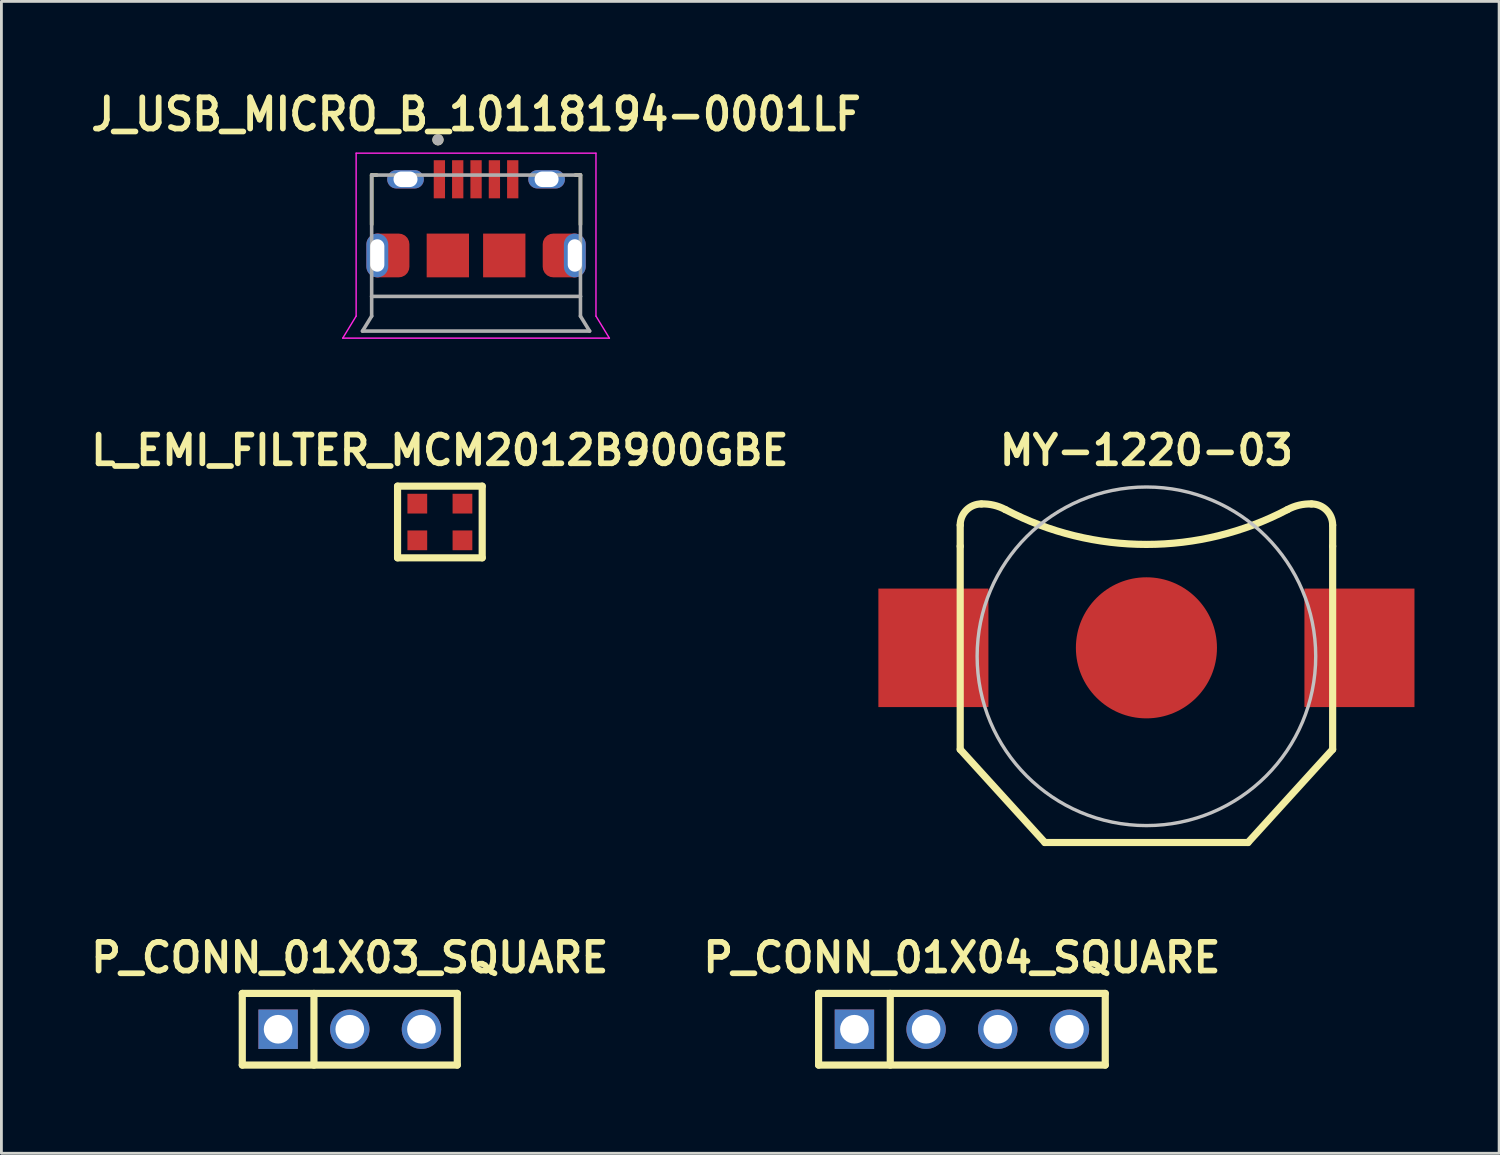
<source format=kicad_pcb>
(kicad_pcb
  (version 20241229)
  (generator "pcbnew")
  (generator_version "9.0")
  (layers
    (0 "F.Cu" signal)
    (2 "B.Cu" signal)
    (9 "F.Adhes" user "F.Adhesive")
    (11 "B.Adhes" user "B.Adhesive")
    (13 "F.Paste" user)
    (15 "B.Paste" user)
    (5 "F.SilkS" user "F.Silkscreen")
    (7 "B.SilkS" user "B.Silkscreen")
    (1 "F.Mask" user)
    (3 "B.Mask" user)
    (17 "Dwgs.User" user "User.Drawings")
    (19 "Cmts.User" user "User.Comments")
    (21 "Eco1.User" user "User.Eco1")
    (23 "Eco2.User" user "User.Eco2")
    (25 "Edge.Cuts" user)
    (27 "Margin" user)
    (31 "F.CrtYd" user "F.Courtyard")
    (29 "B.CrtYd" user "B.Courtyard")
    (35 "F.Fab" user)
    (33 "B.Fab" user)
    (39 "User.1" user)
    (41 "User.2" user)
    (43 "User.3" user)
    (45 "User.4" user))
  (footprint "P_CONN_01X04_SQUARE"
    (layer "F.Cu")
    (at 31.042 33.428)
    (property "Reference" "P_CONN_01X04_SQUARE" (at 0 -2.54 180) (layer "F.SilkS") (effects (font (size 1.016 1.016) (thickness 0.203))))
    (property "Value" "${VALUE}" (at 0 2.54 0) (layer "F.SilkS") (hide yes) (effects (font (size 1.016 0.914) (thickness 0.203) (italic yes))))
    (attr through_hole)
    (fp_line (start -5.08 -1.27) (end 5.08 -1.27) (stroke (width 0.254) (type solid)) (layer "F.SilkS"))
    (fp_line (start -5.08 1.27) (end -5.08 -1.27) (stroke (width 0.254) (type solid)) (layer "F.SilkS"))
    (fp_line (start -2.54 -1.27) (end -2.54 1.27) (stroke (width 0.254) (type solid)) (layer "F.SilkS"))
    (fp_line (start 5.08 -1.27) (end 5.08 1.27) (stroke (width 0.254) (type solid)) (layer "F.SilkS"))
    (fp_line (start 5.08 1.27) (end -5.08 1.27) (stroke (width 0.254) (type solid)) (layer "F.SilkS"))
    (pad "1" thru_hole rect (at -3.81 0) (size 1.397 1.397) (drill 1.016) (layers "*.Cu" "*.Mask"))
    (pad "2" thru_hole circle (at -1.27 0) (size 1.397 1.397) (drill 1.016) (layers "*.Cu" "*.Mask"))
    (pad "3" thru_hole circle (at 1.27 0) (size 1.397 1.397) (drill 1.016) (layers "*.Cu" "*.Mask"))
    (pad "4" thru_hole circle (at 3.81 0) (size 1.397 1.397) (drill 1.016) (layers "*.Cu" "*.Mask")))
  (footprint "J_USB_MICRO_B_10118194-0001LF"
    (layer "F.Cu")
    (at 13.822 6.004)
    (property "Reference" "J_USB_MICRO_B_10118194-0001LF" (at 0 -5 0) (layer "F.SilkS") (effects (font (size 1.106 1.016) (thickness 0.203))))
    (property "Value" "${VALUE}" (at 0 4.085 0) (layer "F.SilkS") (hide yes) (effects (font (size 1.016 1.016) (thickness 0.203))))
    (attr through_hole)
    (fp_line (start -3.7 -2.85) (end -3.7 -1.095) (stroke (width 0.127) (type solid)) (layer "F.SilkS"))
    (fp_line (start -3.7 -2.85) (end -3.52 -2.85) (stroke (width 0.127) (type solid)) (layer "F.SilkS"))
    (fp_line (start 3.7 -2.85) (end 3.52 -2.85) (stroke (width 0.127) (type solid)) (layer "F.SilkS"))
    (fp_line (start 3.7 -2.85) (end 3.7 -1.095) (stroke (width 0.127) (type solid)) (layer "F.SilkS"))
    (fp_circle (center -1.35 -4.1) (end -1.25 -4.1) (stroke (width 0.2) (type solid)) (fill no) (layer "F.SilkS"))
    (fp_line (start -3.5 -0.77) (end -3.5 -0.6) (stroke (width 0.0001) (type solid)) (layer "F.Paste"))
    (fp_line (start 3.5 0.77) (end 3.5 0.6) (stroke (width 0.0001) (type solid)) (layer "F.Paste"))
    (fp_line (start -4.725 2.93) (end -4.25 2.15) (stroke (width 0.05) (type solid)) (layer "F.CrtYd"))
    (fp_line (start -4.25 -3.625) (end 4.25 -3.625) (stroke (width 0.05) (type solid)) (layer "F.CrtYd"))
    (fp_line (start -4.25 2.15) (end -4.25 -3.625) (stroke (width 0.05) (type solid)) (layer "F.CrtYd"))
    (fp_line (start 4.25 2.15) (end 4.25 -3.625) (stroke (width 0.05) (type solid)) (layer "F.CrtYd"))
    (fp_line (start 4.725 2.93) (end -4.725 2.93) (stroke (width 0.05) (type solid)) (layer "F.CrtYd"))
    (fp_line (start 4.725 2.93) (end 4.25 2.15) (stroke (width 0.05) (type solid)) (layer "F.CrtYd"))
    (fp_line (start -4.025 2.68) (end 4.025 2.68) (stroke (width 0.127) (type solid)) (layer "F.Fab"))
    (fp_line (start -3.7 -2.85) (end -3.7 1.45) (stroke (width 0.127) (type solid)) (layer "F.Fab"))
    (fp_line (start -3.7 -2.85) (end 3.7 -2.85) (stroke (width 0.127) (type solid)) (layer "F.Fab"))
    (fp_line (start -3.7 1.45) (end -3.7 2.15) (stroke (width 0.127) (type solid)) (layer "F.Fab"))
    (fp_line (start -3.7 1.45) (end 3.7 1.45) (stroke (width 0.127) (type solid)) (layer "F.Fab"))
    (fp_line (start -3.7 2.15) (end -4.025 2.68) (stroke (width 0.127) (type solid)) (layer "F.Fab"))
    (fp_line (start 3.7 1.45) (end 3.7 -2.85) (stroke (width 0.127) (type solid)) (layer "F.Fab"))
    (fp_line (start 3.7 2.15) (end 3.7 1.45) (stroke (width 0.127) (type solid)) (layer "F.Fab"))
    (fp_line (start 4.025 2.68) (end 3.7 2.15) (stroke (width 0.127) (type solid)) (layer "F.Fab"))
    (fp_circle (center -1.35 -4.1) (end -1.25 -4.1) (stroke (width 0.2) (type solid)) (fill no) (layer "F.Fab"))
    (pad "1" smd rect (at -1.3 -2.7) (size 0.4 1.35) (layers "F.Cu" "F.Mask" "F.Paste"))
    (pad "2" smd rect (at -0.65 -2.7) (size 0.4 1.35) (layers "F.Cu" "F.Mask" "F.Paste"))
    (pad "3" smd rect (at 0 -2.7) (size 0.4 1.35) (layers "F.Cu" "F.Mask" "F.Paste"))
    (pad "4" smd rect (at 0.65 -2.7) (size 0.4 1.35) (layers "F.Cu" "F.Mask" "F.Paste"))
    (pad "5" smd rect (at 1.3 -2.7) (size 0.4 1.35) (layers "F.Cu" "F.Mask" "F.Paste"))
    (pad "S" thru_hole oval (at -3.5 0) (size 0.775 1.55) (drill oval 0.5 1.15) (layers "*.Cu" "*.Mask"))
    (pad "S" smd roundrect (at -3.112 0) (size 1.5 1.55) (layers "F.Cu" "F.Mask" "F.Paste") (roundrect_rratio 0.25))
    (pad "S" thru_hole oval (at -2.5 -2.7) (size 1.3 0.65) (drill oval 0.85 0.55) (layers "*.Cu" "*.Mask"))
    (pad "S" smd rect (at -1 0) (size 1.5 1.55) (layers "F.Cu" "F.Mask" "F.Paste"))
    (pad "S" smd rect (at 1 0) (size 1.5 1.55) (layers "F.Cu" "F.Mask" "F.Paste"))
    (pad "S" thru_hole oval (at 2.5 -2.7) (size 1.3 0.65) (drill oval 0.85 0.55) (layers "*.Cu" "*.Mask"))
    (pad "S" smd roundrect (at 3.112 0) (size 1.5 1.55) (layers "F.Cu" "F.Mask" "F.Paste") (roundrect_rratio 0.25))
    (pad "S" thru_hole oval (at 3.5 0) (size 0.775 1.55) (drill oval 0.5 1.15) (layers "*.Cu" "*.Mask")))
  (footprint "MY-1220-03"
    (layer "F.Cu")
    (at 37.581 19.91)
    (property "Reference" "MY-1220-03" (at 0 -7 0) (layer "F.SilkS") (effects (font (size 1.016 1.016) (thickness 0.203))))
    (property "Value" "${VALUE}" (at 0 9 0) (layer "F.SilkS") (hide yes) (effects (font (size 1.016 1.016) (thickness 0.203))))
    (attr exclude_from_pos_files exclude_from_bom)
    (fp_line (start -6.6 -3.6) (end -6.6 -4.35) (stroke (width 0.254) (type solid)) (layer "F.SilkS"))
    (fp_line (start -6.6 -3.6) (end -6.6 3.6) (stroke (width 0.254) (type solid)) (layer "F.SilkS"))
    (fp_line (start -6.6 3.6) (end -3.6 6.9) (stroke (width 0.254) (type solid)) (layer "F.SilkS"))
    (fp_line (start -3.6 6.9) (end 3.6 6.9) (stroke (width 0.254) (type solid)) (layer "F.SilkS"))
    (fp_line (start 6.6 -3.6) (end 6.6 -4.35) (stroke (width 0.254) (type solid)) (layer "F.SilkS"))
    (fp_line (start 6.6 -3.6) (end 6.6 3.6) (stroke (width 0.254) (type solid)) (layer "F.SilkS"))
    (fp_line (start 6.6 3.6) (end 3.6 6.9) (stroke (width 0.254) (type solid)) (layer "F.SilkS"))
    (fp_arc (start -6.6 -4.35) (mid -6.38033 -4.88033) (end -5.85 -5.1) (stroke (width 0.254) (type solid)) (layer "F.SilkS"))
    (fp_arc (start -5.85 -5.1) (mid -5.411835 -5.055952) (end -5 -4.9) (stroke (width 0.254) (type solid)) (layer "F.SilkS"))
    (fp_arc (start 5 -4.9) (mid 0 -3.66494) (end -5 -4.9) (stroke (width 0.254) (type solid)) (layer "F.SilkS"))
    (fp_arc (start 5 -4.9) (mid 5.411835 -5.055952) (end 5.85 -5.1) (stroke (width 0.254) (type solid)) (layer "F.SilkS"))
    (fp_arc (start 5.85 -5.1) (mid 6.38033 -4.88033) (end 6.6 -4.35) (stroke (width 0.254) (type solid)) (layer "F.SilkS"))
    (fp_circle (center 0 0.3) (end 6 0.3) (stroke (width 0.12) (type solid)) (fill no) (layer "Dwgs.User"))
    (pad "1" smd rect (at -7.55 0) (size 3.9 4.2) (layers "F.Cu" "F.Mask" "F.Paste"))
    (pad "1" smd rect (at 7.55 0) (size 3.9 4.2) (layers "F.Cu" "F.Mask" "F.Paste"))
    (pad "2" smd circle (at 0 0) (size 5 5) (layers "F.Cu" "F.Mask" "F.Paste")))
  (footprint "L_EMI_FILTER_MCM2012B900GBE"
    (layer "F.Cu")
    (at 12.54 15.45)
    (property "Reference" "L_EMI_FILTER_MCM2012B900GBE" (at 0 -2.54 0) (layer "F.SilkS") (effects (font (size 1.016 1.016) (thickness 0.203))))
    (property "Value" "${VALUE}" (at 0 2.54 0) (layer "F.SilkS") (hide yes) (effects (font (size 1.016 0.914) (thickness 0.203) (italic yes))))
    (attr through_hole)
    (fp_line (start -1.5 -1.27) (end -1.5 1.27) (stroke (width 0.254) (type solid)) (layer "F.SilkS"))
    (fp_line (start -1.5 -1.27) (end 1.5 -1.27) (stroke (width 0.254) (type solid)) (layer "F.SilkS"))
    (fp_line (start -1.5 1.27) (end 1.5 1.27) (stroke (width 0.254) (type solid)) (layer "F.SilkS"))
    (fp_line (start 1.5 -1.27) (end 1.5 1.27) (stroke (width 0.254) (type solid)) (layer "F.SilkS"))
    (pad "1" smd rect (at -0.8 -0.65) (size 0.7 0.7) (layers "F.Cu" "F.Mask" "F.Paste"))
    (pad "2" smd rect (at 0.8 -0.65) (size 0.7 0.7) (layers "F.Cu" "F.Mask" "F.Paste"))
    (pad "3" smd rect (at 0.8 0.65) (size 0.7 0.7) (layers "F.Cu" "F.Mask" "F.Paste"))
    (pad "4" smd rect (at -0.8 0.65) (size 0.7 0.7) (layers "F.Cu" "F.Mask" "F.Paste")))
  (footprint "P_CONN_01X03_SQUARE"
    (layer "F.Cu")
    (at 9.347 33.428)
    (property "Reference" "P_CONN_01X03_SQUARE" (at 0 -2.54 0) (layer "F.SilkS") (effects (font (size 1.016 1.016) (thickness 0.203))))
    (property "Value" "${VALUE}" (at 0 2.54 0) (layer "F.SilkS") (hide yes) (effects (font (size 1.016 0.914) (thickness 0.203) (italic yes))))
    (attr through_hole)
    (fp_line (start -3.81 -1.27) (end 3.81 -1.27) (stroke (width 0.254) (type solid)) (layer "F.SilkS"))
    (fp_line (start -3.81 1.27) (end -3.81 -1.27) (stroke (width 0.254) (type solid)) (layer "F.SilkS"))
    (fp_line (start -1.27 1.27) (end -1.27 -1.27) (stroke (width 0.254) (type solid)) (layer "F.SilkS"))
    (fp_line (start 3.81 -1.27) (end 3.81 1.27) (stroke (width 0.254) (type solid)) (layer "F.SilkS"))
    (fp_line (start 3.81 1.27) (end -3.81 1.27) (stroke (width 0.254) (type solid)) (layer "F.SilkS"))
    (pad "1" thru_hole rect (at -2.54 0) (size 1.397 1.397) (drill 1.016) (layers "*.Cu" "*.Mask"))
    (pad "2" thru_hole circle (at 0 0) (size 1.397 1.397) (drill 1.016) (layers "*.Cu" "*.Mask"))
    (pad "3" thru_hole circle (at 2.54 0) (size 1.397 1.397) (drill 1.016) (layers "*.Cu" "*.Mask")))
  (gr_rect
    (start -3 -3)
    (end 50.081 37.825)
    (stroke (width 0.1) (type default))
    (fill no)
    (layer "Edge.Cuts")))
</source>
